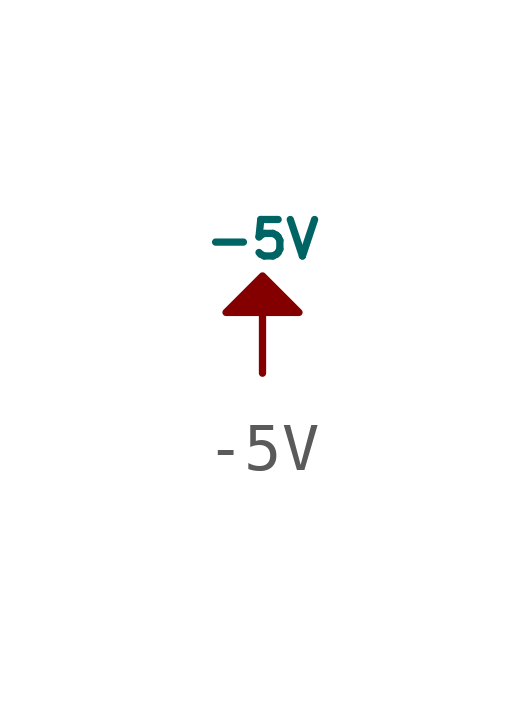
<source format=kicad_sym>
(kicad_symbol_lib
  (version 20211014)
  (generator kicad_symbol_editor)
  (symbol "-5V"
    (power)
    (pin_names
      (offset 0))
    (property "Reference" "#PWR"
      (at 0 3.556 0)
      (effects (font (size 0.508 0.508)) hide))
    (property "Value" "-5V"
      (at 0 2.794 0)
      (effects (font (size 0.762 0.762))))
    (property "Footprint" ""
      (at 0 0 0)
      (effects (font (size 1.524 1.524))))
    (property "Datasheet" ""
      (at 0 0 0)
      (effects (font (size 1.524 1.524))))
    (symbol "-5V_0_0"
      (pin power_in line (at 0 0 90) (length 0) hide (name "-5V" (effects (font (size 0.508 0.508)))) (number "1" (effects (font (size 0.508 0.508))))))
    (symbol "-5V_0_1"
      (polyline (pts (xy 0 0) (xy 0 1.27) (xy 0 1.27)) (stroke (width 0) (type default) (color 0 0 0 0)) (fill (type none)))
      (polyline (pts (xy 0 2.032) (xy 0.762 1.27) (xy -0.508 1.27) (xy -0.762 1.27) (xy 0 2.032) (xy 0 2.032) (xy 0 2.032)) (stroke (width 0) (type default) (color 0 0 0 0)) (fill (type outline))))))
</source>
